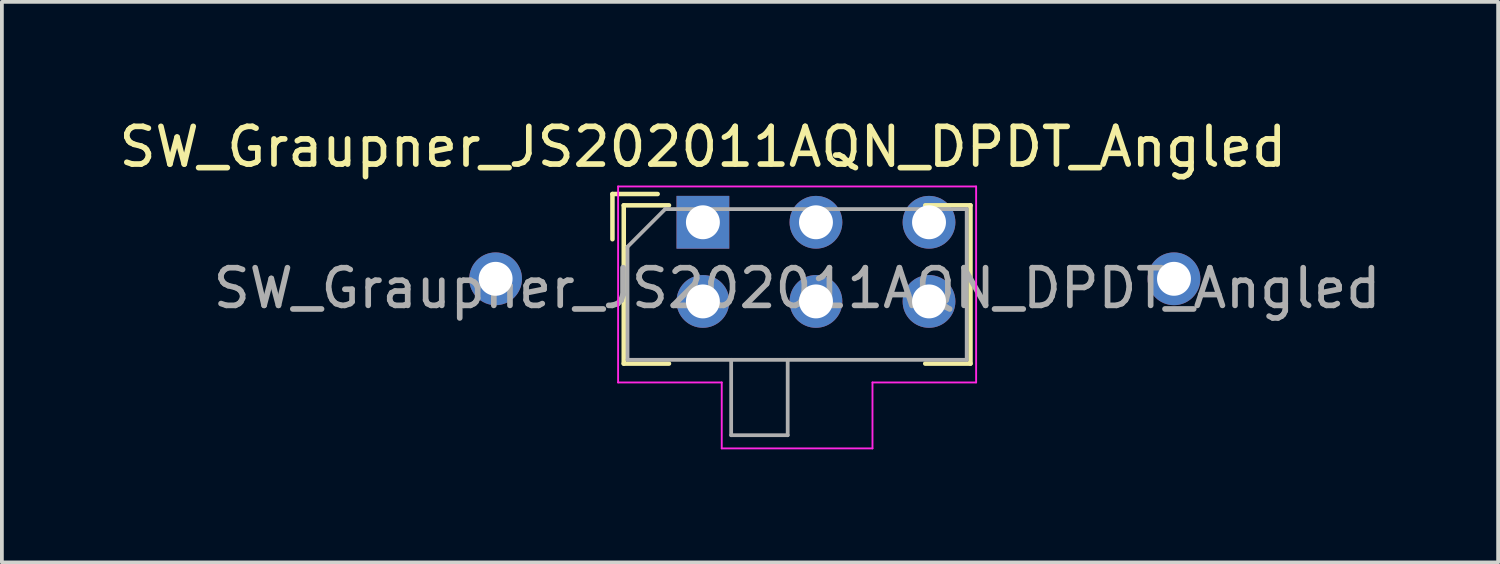
<source format=kicad_pcb>
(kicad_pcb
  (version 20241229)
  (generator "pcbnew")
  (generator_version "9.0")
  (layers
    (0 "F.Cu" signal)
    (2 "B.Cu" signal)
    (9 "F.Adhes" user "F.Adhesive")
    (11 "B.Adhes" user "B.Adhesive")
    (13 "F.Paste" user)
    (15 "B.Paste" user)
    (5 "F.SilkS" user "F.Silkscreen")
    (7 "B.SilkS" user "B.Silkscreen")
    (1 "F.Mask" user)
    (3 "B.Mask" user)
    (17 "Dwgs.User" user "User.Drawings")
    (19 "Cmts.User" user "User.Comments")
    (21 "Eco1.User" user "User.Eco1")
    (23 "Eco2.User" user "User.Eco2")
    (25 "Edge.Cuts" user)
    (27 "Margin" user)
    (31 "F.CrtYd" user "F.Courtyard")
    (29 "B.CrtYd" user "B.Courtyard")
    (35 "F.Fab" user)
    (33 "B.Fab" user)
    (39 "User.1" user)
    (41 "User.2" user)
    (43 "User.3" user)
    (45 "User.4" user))
  (footprint "SW_Graupner_JS202011AQN_DPDT_Angled"
    (layer "F.Cu")
    (at 15.601 2.848)
    (property "Reference" "SW_Graupner_JS202011AQN_DPDT_Angled" (at 0 -2 0) (layer "F.SilkS") (effects (font (size 1 1) (thickness 0.15))))
    (attr through_hole)
    (fp_line (start -2.4 -0.75) (end -2.4 0.45) (stroke (width 0.12) (type solid)) (layer "F.SilkS"))
    (fp_line (start -2.1 -0.45) (end -2.1 3.75) (stroke (width 0.12) (type solid)) (layer "F.SilkS"))
    (fp_line (start -2.1 3.75) (end -0.9 3.75) (stroke (width 0.12) (type solid)) (layer "F.SilkS"))
    (fp_line (start -1.2 -0.75) (end -2.4 -0.75) (stroke (width 0.12) (type solid)) (layer "F.SilkS"))
    (fp_line (start -0.9 -0.45) (end -2.1 -0.45) (stroke (width 0.12) (type solid)) (layer "F.SilkS"))
    (fp_line (start 5.9 -0.45) (end 7.1 -0.45) (stroke (width 0.12) (type solid)) (layer "F.SilkS"))
    (fp_line (start 7.1 -0.45) (end 7.1 3.75) (stroke (width 0.12) (type solid)) (layer "F.SilkS"))
    (fp_line (start 7.1 3.75) (end 5.9 3.75) (stroke (width 0.12) (type solid)) (layer "F.SilkS"))
    (fp_line (start -2.25 -0.95) (end 7.25 -0.95) (stroke (width 0.05) (type solid)) (layer "F.CrtYd"))
    (fp_line (start -2.25 4.25) (end -2.25 -0.95) (stroke (width 0.05) (type solid)) (layer "F.CrtYd"))
    (fp_line (start 0.5 4.25) (end -2.25 4.25) (stroke (width 0.05) (type solid)) (layer "F.CrtYd"))
    (fp_line (start 0.5 4.25) (end 0.5 6) (stroke (width 0.05) (type solid)) (layer "F.CrtYd"))
    (fp_line (start 4.5 6) (end 0.5 6) (stroke (width 0.05) (type solid)) (layer "F.CrtYd"))
    (fp_line (start 4.5 6) (end 4.5 4.25) (stroke (width 0.05) (type solid)) (layer "F.CrtYd"))
    (fp_line (start 7.25 -0.95) (end 7.25 4.25) (stroke (width 0.05) (type solid)) (layer "F.CrtYd"))
    (fp_line (start 7.25 4.25) (end 4.5 4.25) (stroke (width 0.05) (type solid)) (layer "F.CrtYd"))
    (fp_line (start -2 3.65) (end -2 0.65) (stroke (width 0.1) (type solid)) (layer "F.Fab"))
    (fp_line (start -1 -0.35) (end -2 0.65) (stroke (width 0.1) (type solid)) (layer "F.Fab"))
    (fp_line (start -1 -0.35) (end 7 -0.35) (stroke (width 0.1) (type solid)) (layer "F.Fab"))
    (fp_line (start 0.75 3.65) (end 0.75 5.65) (stroke (width 0.1) (type solid)) (layer "F.Fab"))
    (fp_line (start 0.75 5.65) (end 2.25 5.65) (stroke (width 0.1) (type solid)) (layer "F.Fab"))
    (fp_line (start 2.25 5.65) (end 2.25 3.65) (stroke (width 0.1) (type solid)) (layer "F.Fab"))
    (fp_line (start 7 -0.35) (end 7 3.65) (stroke (width 0.1) (type solid)) (layer "F.Fab"))
    (fp_line (start 7 3.65) (end -2 3.65) (stroke (width 0.1) (type solid)) (layer "F.Fab"))
    (fp_text user "${REFERENCE}" (at 2.5 1.75 0) (layer "F.Fab") (effects (font (size 1 1) (thickness 0.15))))
    (pad "1" thru_hole rect (at 0 0) (size 1.4 1.4) (drill 0.9) (layers "*.Cu" "*.Mask"))
    (pad "1" thru_hole circle (at 0 2.1) (size 1.4 1.4) (drill 0.9) (layers "*.Cu" "*.Mask"))
    (pad "2" thru_hole circle (at 3 0) (size 1.4 1.4) (drill 0.9) (layers "*.Cu" "*.Mask"))
    (pad "2" thru_hole circle (at 3 2.1) (size 1.4 1.4) (drill 0.9) (layers "*.Cu" "*.Mask"))
    (pad "3" thru_hole circle (at 6 0) (size 1.4 1.4) (drill 0.9) (layers "*.Cu" "*.Mask"))
    (pad "3" thru_hole circle (at 6 2.1) (size 1.4 1.4) (drill 0.9) (layers "*.Cu" "*.Mask"))
    (pad "7" thru_hole circle (at -5.5 1.5) (size 1.4 1.4) (drill 0.9) (layers "*.Cu" "*.Mask"))
    (pad "7" thru_hole circle (at 12.5 1.5) (size 1.4 1.4) (drill 0.9) (layers "*.Cu" "*.Mask")))
  (gr_rect
    (start -3 -3)
    (end 36.702 11.873)
    (stroke (width 0.1) (type default))
    (fill no)
    (layer "Edge.Cuts")))
</source>
